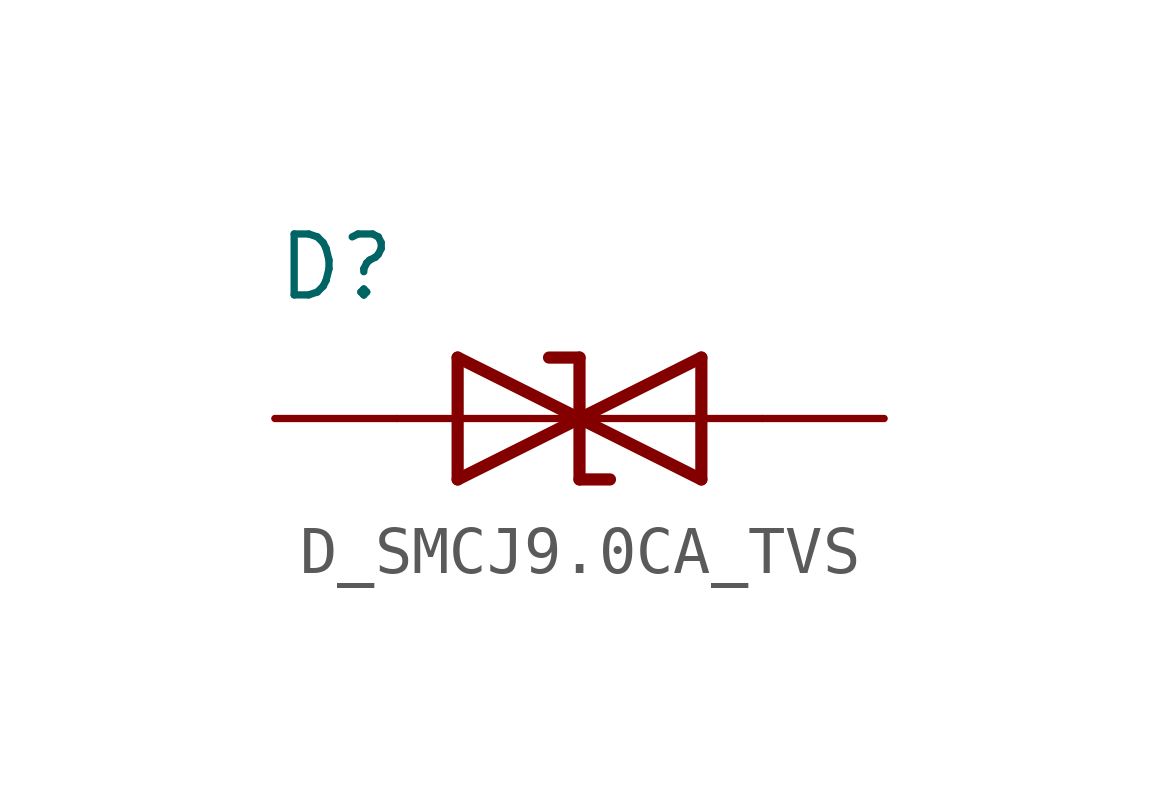
<source format=kicad_sym>
(kicad_symbol_lib
  (version 20220914)
  (generator kicad_symbol_editor)
  (symbol "D_SMCJ9.0CA_TVS"
    (pin_numbers hide)
    (pin_names
      (offset 1.016) hide)
    (property "Reference" "D"
      (at -7.62 2.413 0)
      (effects (font (size 1.27 1.27)) (justify left bottom)))
    (symbol "D_SMCJ9.0CA_TVS_0_0"
      (polyline (pts (xy -5.08 0) (xy 2.54 0)) (stroke (width 0.152) (type solid)) (fill (type none)))
      (polyline (pts (xy -3.81 -1.27) (xy -1.27 0)) (stroke (width 0.254) (type solid)) (fill (type none)))
      (polyline (pts (xy -3.81 1.27) (xy -3.81 -1.27)) (stroke (width 0.254) (type solid)) (fill (type none)))
      (polyline (pts (xy -1.905 1.27) (xy -1.27 1.27)) (stroke (width 0.254) (type solid)) (fill (type none)))
      (polyline (pts (xy -1.27 -1.27) (xy -1.27 0)) (stroke (width 0.254) (type solid)) (fill (type none)))
      (polyline (pts (xy -1.27 0) (xy -3.81 1.27)) (stroke (width 0.254) (type solid)) (fill (type none)))
      (polyline (pts (xy -1.27 0) (xy -1.27 1.27)) (stroke (width 0.254) (type solid)) (fill (type none)))
      (polyline (pts (xy -1.27 0) (xy 1.27 -1.27)) (stroke (width 0.254) (type solid)) (fill (type none)))
      (polyline (pts (xy -0.635 -1.27) (xy -1.27 -1.27)) (stroke (width 0.254) (type solid)) (fill (type none)))
      (polyline (pts (xy 1.27 -1.27) (xy 1.27 1.27)) (stroke (width 0.254) (type solid)) (fill (type none)))
      (polyline (pts (xy 1.27 1.27) (xy -1.27 0)) (stroke (width 0.254) (type solid)) (fill (type none)))
      (pin passive line (at -7.62 0 0) (length 2.54) (name "~" (effects (font (size 1.016 1.016)))) (number "1" (effects (font (size 1.016 1.016)))))
      (pin passive line (at 5.08 0 180) (length 2.54) (name "~" (effects (font (size 1.016 1.016)))) (number "2" (effects (font (size 1.016 1.016))))))))
</source>
